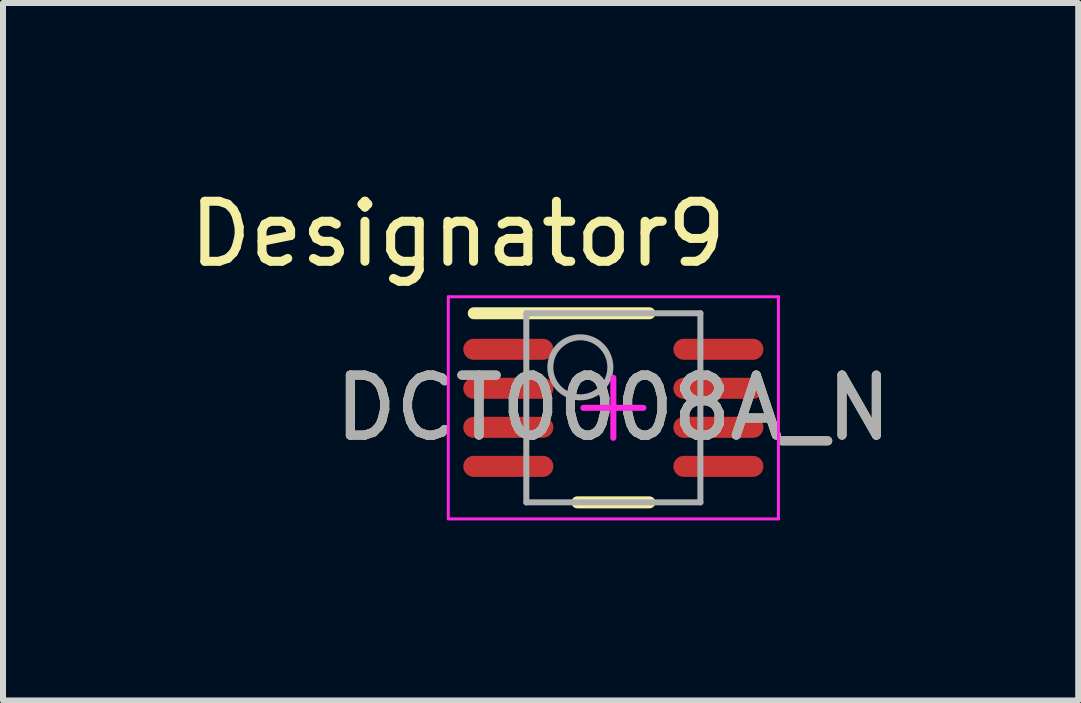
<source format=kicad_pcb>
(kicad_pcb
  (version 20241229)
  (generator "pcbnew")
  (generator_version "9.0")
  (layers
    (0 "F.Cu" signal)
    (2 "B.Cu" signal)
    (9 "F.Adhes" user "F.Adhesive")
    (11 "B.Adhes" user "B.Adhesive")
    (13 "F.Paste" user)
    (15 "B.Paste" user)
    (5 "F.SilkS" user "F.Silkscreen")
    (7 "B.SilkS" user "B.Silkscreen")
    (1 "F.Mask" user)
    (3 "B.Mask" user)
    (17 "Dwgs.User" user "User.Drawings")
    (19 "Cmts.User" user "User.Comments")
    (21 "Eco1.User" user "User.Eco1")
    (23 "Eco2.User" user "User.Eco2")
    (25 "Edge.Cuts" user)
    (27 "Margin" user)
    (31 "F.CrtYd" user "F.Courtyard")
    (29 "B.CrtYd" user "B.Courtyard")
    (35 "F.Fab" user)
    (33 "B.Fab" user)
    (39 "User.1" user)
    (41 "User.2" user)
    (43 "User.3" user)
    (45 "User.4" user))
  (footprint "DCT0008A_N"
    (layer "F.Cu")
    (at 7.168 3.744)
    (property "Reference" "DCT0008A_N" (at 0 0 0) (unlocked yes) (layer "F.SilkS") (effects (font (size 1 1) (thickness 0.15))))
    (attr smd)
    (fp_line (start -2.325 -1.575) (end 0.6 -1.575) (stroke (width 0.2) (type solid)) (layer "F.SilkS"))
    (fp_line (start -0.6 1.575) (end 0.6 1.575) (stroke (width 0.2) (type solid)) (layer "F.SilkS"))
    (fp_line (start -2.75 -1.85) (end 2.75 -1.85) (stroke (width 0.05) (type solid)) (layer "F.CrtYd"))
    (fp_line (start -2.75 1.85) (end -2.75 -1.85) (stroke (width 0.05) (type solid)) (layer "F.CrtYd"))
    (fp_line (start -2.75 1.85) (end 2.75 1.85) (stroke (width 0.05) (type solid)) (layer "F.CrtYd"))
    (fp_line (start -0.5 -0.000003) (end 0.5 -0.000003) (stroke (width 0.1) (type solid)) (layer "F.CrtYd"))
    (fp_line (start 0 0.5) (end 0 -0.5) (stroke (width 0.1) (type solid)) (layer "F.CrtYd"))
    (fp_line (start 2.75 1.85) (end 2.75 -1.85) (stroke (width 0.05) (type solid)) (layer "F.CrtYd"))
    (fp_line (start -1.45 -1.575) (end 1.45 -1.575) (stroke (width 0.1) (type solid)) (layer "F.Fab"))
    (fp_line (start -1.45 1.575) (end -1.45 -1.575) (stroke (width 0.1) (type solid)) (layer "F.Fab"))
    (fp_line (start -1.45 1.575) (end 1.45 1.575) (stroke (width 0.1) (type solid)) (layer "F.Fab"))
    (fp_line (start 1.45 1.575) (end 1.45 -1.575) (stroke (width 0.1) (type solid)) (layer "F.Fab"))
    (fp_circle (center -0.55 -0.675) (end -0.05 -0.675) (stroke (width 0.1) (type solid)) (fill no) (layer "F.Fab"))
    (fp_text user "Designator9" (at -2.591 -2.896 0) (unlocked yes) (layer "F.SilkS") (effects (font (size 1 1) (thickness 0.15))))
    (fp_text user "${REFERENCE}" (at 0 0 0) (unlocked yes) (layer "F.Fab") (effects (font (size 1 1) (thickness 0.15))))
    (pad "1" smd oval (at -1.75 -0.975 90) (size 0.35 1.5) (layers "F.Cu" "F.Mask" "F.Paste"))
    (pad "2" smd oval (at -1.75 -0.325 90) (size 0.35 1.5) (layers "F.Cu" "F.Mask" "F.Paste"))
    (pad "3" smd oval (at -1.75 0.325 90) (size 0.35 1.5) (layers "F.Cu" "F.Mask" "F.Paste"))
    (pad "4" smd oval (at -1.75 0.975 90) (size 0.35 1.5) (layers "F.Cu" "F.Mask" "F.Paste"))
    (pad "5" smd oval (at 1.75 0.975 90) (size 0.35 1.5) (layers "F.Cu" "F.Mask" "F.Paste"))
    (pad "6" smd oval (at 1.75 0.325 90) (size 0.35 1.5) (layers "F.Cu" "F.Mask" "F.Paste"))
    (pad "7" smd oval (at 1.75 -0.325 90) (size 0.35 1.5) (layers "F.Cu" "F.Mask" "F.Paste"))
    (pad "8" smd oval (at 1.75 -0.975 90) (size 0.35 1.5) (layers "F.Cu" "F.Mask" "F.Paste")))
  (gr_rect
    (start -3 -3)
    (end 14.912 8.619)
    (stroke (width 0.1) (type default))
    (fill no)
    (layer "Edge.Cuts")))
</source>
